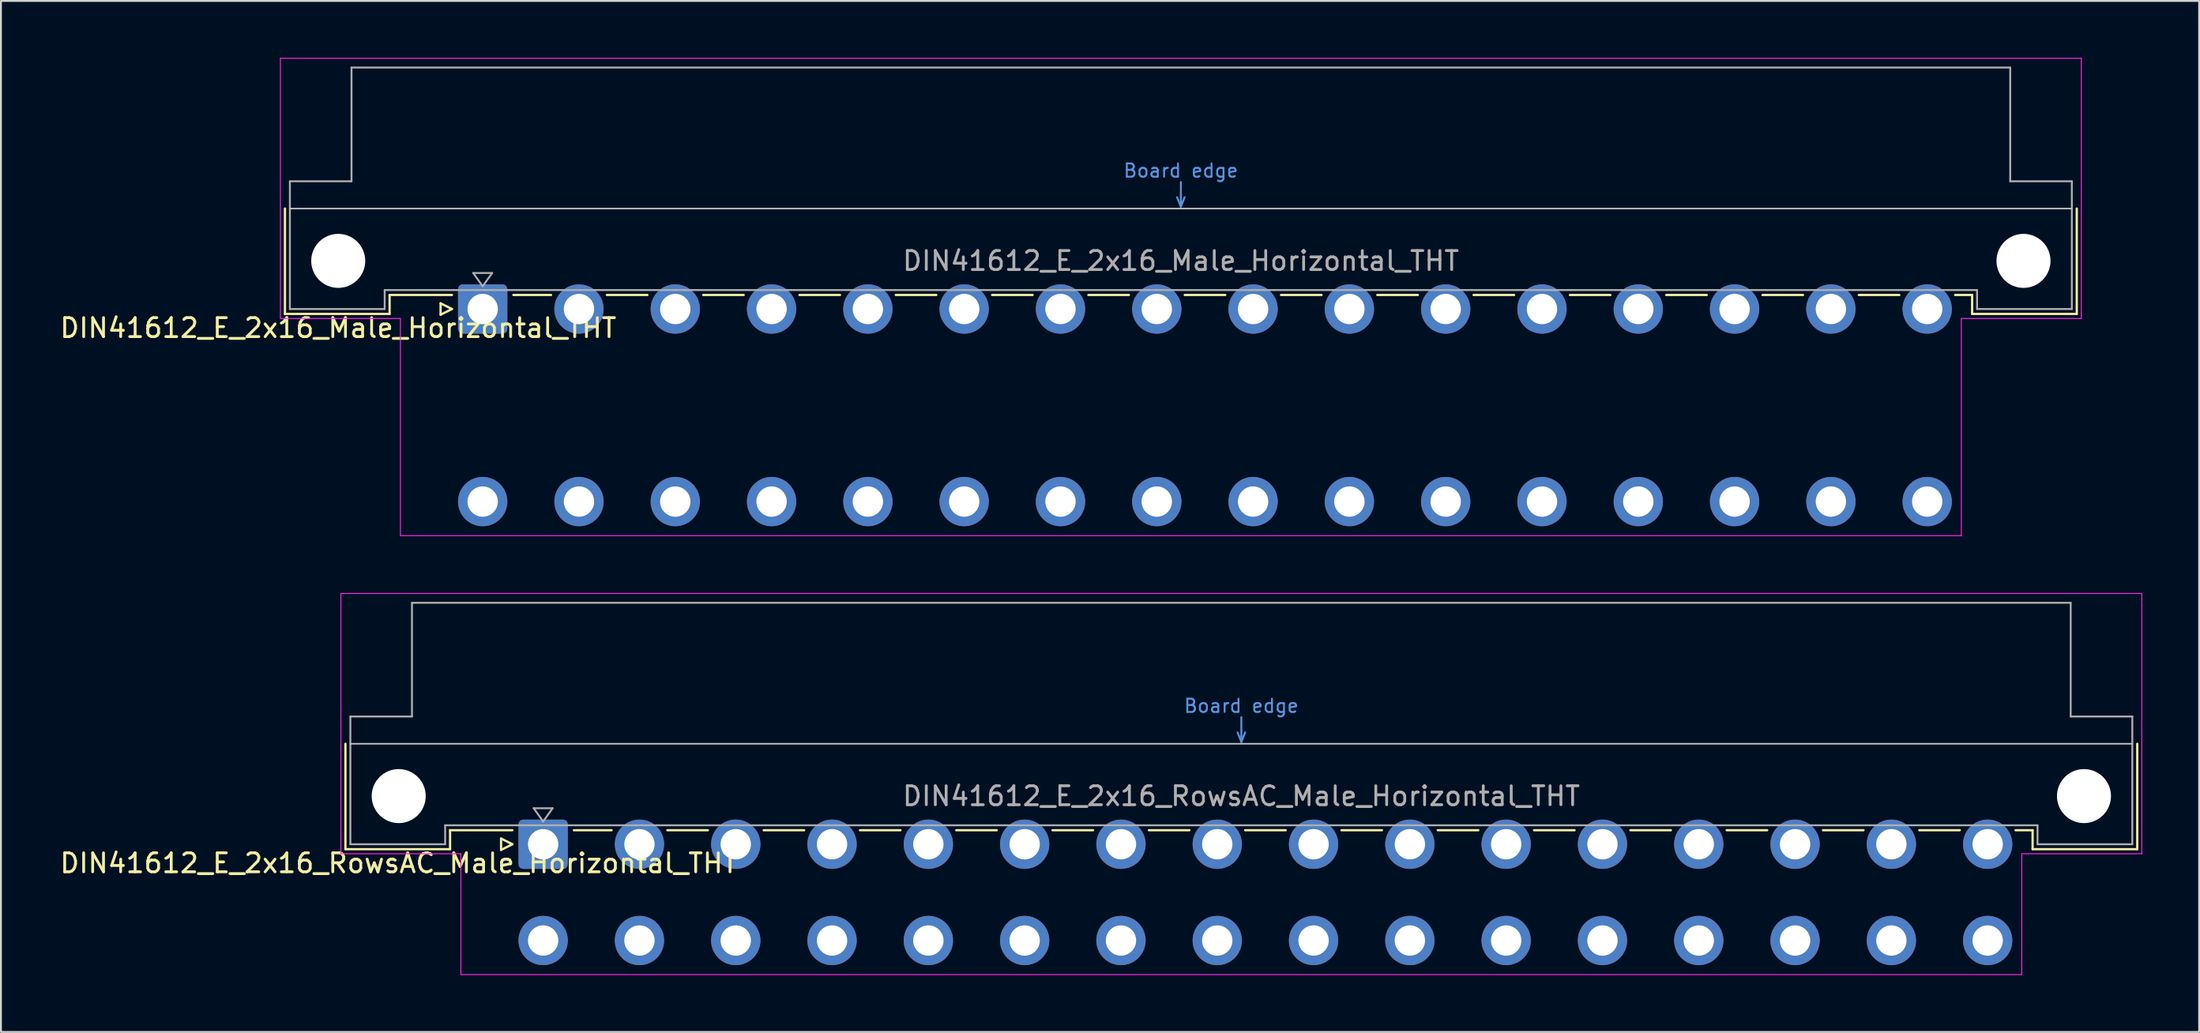
<source format=kicad_pcb>
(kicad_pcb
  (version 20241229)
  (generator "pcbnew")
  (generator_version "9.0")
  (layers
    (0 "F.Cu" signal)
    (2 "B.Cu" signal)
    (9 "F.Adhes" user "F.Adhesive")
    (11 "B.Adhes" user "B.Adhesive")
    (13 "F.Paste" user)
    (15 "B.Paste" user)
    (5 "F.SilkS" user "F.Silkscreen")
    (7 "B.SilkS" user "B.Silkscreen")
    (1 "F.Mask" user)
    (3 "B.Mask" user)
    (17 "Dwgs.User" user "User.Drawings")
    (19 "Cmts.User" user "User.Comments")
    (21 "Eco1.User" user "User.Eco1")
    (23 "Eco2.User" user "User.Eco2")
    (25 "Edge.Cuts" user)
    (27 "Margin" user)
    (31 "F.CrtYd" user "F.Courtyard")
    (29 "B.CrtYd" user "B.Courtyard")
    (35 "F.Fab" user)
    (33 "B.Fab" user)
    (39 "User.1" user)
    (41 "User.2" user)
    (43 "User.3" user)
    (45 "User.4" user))
  (footprint "DIN41612_E_2x16_RowsAC_Male_Horizontal_THT"
    (layer "F.Cu")
    (at 23.062 41.495)
    (property "Reference" "DIN41612_E_2x16_RowsAC_Male_Horizontal_THT" (at -5.08 1 0) (layer "F.SilkS") (effects (font (size 1 1) (thickness 0.15))))
    (attr through_hole)
    (fp_line (start -7.89 -5.3) (end -7.89 0.26) (stroke (width 0.12) (type solid)) (layer "F.SilkS"))
    (fp_line (start -7.89 0.26) (end -2.37 0.26) (stroke (width 0.12) (type solid)) (layer "F.SilkS"))
    (fp_line (start -2.371 -0.74) (end 0.92 -0.74) (stroke (width 0.12) (type solid)) (layer "F.SilkS"))
    (fp_line (start -2.37 0.26) (end -2.37 -0.74) (stroke (width 0.12) (type solid)) (layer "F.SilkS"))
    (fp_line (start 0.32 -0.3) (end 0.32 0.3) (stroke (width 0.12) (type solid)) (layer "F.SilkS"))
    (fp_line (start 0.32 0.3) (end 0.92 0) (stroke (width 0.12) (type solid)) (layer "F.SilkS"))
    (fp_line (start 0.92 0) (end 0.32 -0.3) (stroke (width 0.12) (type solid)) (layer "F.SilkS"))
    (fp_line (start 4.16 -0.74) (end 6.149 -0.74) (stroke (width 0.12) (type solid)) (layer "F.SilkS"))
    (fp_line (start 9.092 -0.74) (end 11.229 -0.74) (stroke (width 0.12) (type solid)) (layer "F.SilkS"))
    (fp_line (start 14.172 -0.74) (end 16.309 -0.74) (stroke (width 0.12) (type solid)) (layer "F.SilkS"))
    (fp_line (start 19.252 -0.74) (end 21.389 -0.74) (stroke (width 0.12) (type solid)) (layer "F.SilkS"))
    (fp_line (start 24.332 -0.74) (end 26.469 -0.74) (stroke (width 0.12) (type solid)) (layer "F.SilkS"))
    (fp_line (start 29.412 -0.74) (end 31.549 -0.74) (stroke (width 0.12) (type solid)) (layer "F.SilkS"))
    (fp_line (start 34.492 -0.74) (end 36.629 -0.74) (stroke (width 0.12) (type solid)) (layer "F.SilkS"))
    (fp_line (start 39.572 -0.74) (end 41.709 -0.74) (stroke (width 0.12) (type solid)) (layer "F.SilkS"))
    (fp_line (start 44.652 -0.74) (end 46.789 -0.74) (stroke (width 0.12) (type solid)) (layer "F.SilkS"))
    (fp_line (start 49.732 -0.74) (end 51.869 -0.74) (stroke (width 0.12) (type solid)) (layer "F.SilkS"))
    (fp_line (start 54.812 -0.74) (end 56.949 -0.74) (stroke (width 0.12) (type solid)) (layer "F.SilkS"))
    (fp_line (start 59.892 -0.74) (end 62.029 -0.74) (stroke (width 0.12) (type solid)) (layer "F.SilkS"))
    (fp_line (start 64.972 -0.74) (end 67.109 -0.74) (stroke (width 0.12) (type solid)) (layer "F.SilkS"))
    (fp_line (start 70.052 -0.74) (end 72.189 -0.74) (stroke (width 0.12) (type solid)) (layer "F.SilkS"))
    (fp_line (start 75.132 -0.74) (end 77.269 -0.74) (stroke (width 0.12) (type solid)) (layer "F.SilkS"))
    (fp_line (start 80.212 -0.74) (end 81.11 -0.74) (stroke (width 0.12) (type solid)) (layer "F.SilkS"))
    (fp_line (start 81.11 0.26) (end 81.11 -0.74) (stroke (width 0.12) (type solid)) (layer "F.SilkS"))
    (fp_line (start 86.63 -5.3) (end 86.63 0.26) (stroke (width 0.12) (type solid)) (layer "F.SilkS"))
    (fp_line (start 86.63 0.26) (end 81.11 0.26) (stroke (width 0.12) (type solid)) (layer "F.SilkS"))
    (fp_line (start -7.63 -5.3) (end 86.37 -5.3) (stroke (width 0.08) (type solid)) (layer "Dwgs.User"))
    (fp_line (start 39.17 -5.9) (end 39.37 -5.4) (stroke (width 0.1) (type solid)) (layer "Cmts.User"))
    (fp_line (start 39.37 -5.4) (end 39.37 -6.7) (stroke (width 0.1) (type solid)) (layer "Cmts.User"))
    (fp_line (start 39.37 -5.4) (end 39.57 -5.9) (stroke (width 0.1) (type solid)) (layer "Cmts.User"))
    (fp_line (start -8.13 -13.23) (end -8.13 0.5) (stroke (width 0.05) (type solid)) (layer "F.CrtYd"))
    (fp_line (start -8.13 0.5) (end -1.8 0.5) (stroke (width 0.05) (type solid)) (layer "F.CrtYd"))
    (fp_line (start -1.8 0.5) (end -1.8 6.88) (stroke (width 0.05) (type solid)) (layer "F.CrtYd"))
    (fp_line (start -1.8 6.88) (end 80.54 6.88) (stroke (width 0.05) (type solid)) (layer "F.CrtYd"))
    (fp_line (start 80.54 0.5) (end 86.87 0.5) (stroke (width 0.05) (type solid)) (layer "F.CrtYd"))
    (fp_line (start 80.54 6.88) (end 80.54 0.5) (stroke (width 0.05) (type solid)) (layer "F.CrtYd"))
    (fp_line (start 86.87 -13.23) (end -8.13 -13.23) (stroke (width 0.05) (type solid)) (layer "F.CrtYd"))
    (fp_line (start 86.87 0.5) (end 86.87 -13.23) (stroke (width 0.05) (type solid)) (layer "F.CrtYd"))
    (fp_line (start -7.63 -6.74) (end -7.63 0) (stroke (width 0.1) (type solid)) (layer "F.Fab"))
    (fp_line (start -7.63 0) (end -2.63 0) (stroke (width 0.1) (type solid)) (layer "F.Fab"))
    (fp_line (start -4.38 -12.74) (end -4.38 -6.74) (stroke (width 0.1) (type solid)) (layer "F.Fab"))
    (fp_line (start -4.38 -6.74) (end -7.63 -6.74) (stroke (width 0.1) (type solid)) (layer "F.Fab"))
    (fp_line (start -2.63 -1) (end 81.37 -1) (stroke (width 0.1) (type solid)) (layer "F.Fab"))
    (fp_line (start -2.63 0) (end -2.63 -1) (stroke (width 0.1) (type solid)) (layer "F.Fab"))
    (fp_line (start 2.04 -1.9) (end 3.04 -1.9) (stroke (width 0.1) (type solid)) (layer "F.Fab"))
    (fp_line (start 2.54 -1.2) (end 2.04 -1.9) (stroke (width 0.1) (type solid)) (layer "F.Fab"))
    (fp_line (start 3.04 -1.9) (end 2.54 -1.2) (stroke (width 0.1) (type solid)) (layer "F.Fab"))
    (fp_line (start 81.37 -1) (end 81.37 0) (stroke (width 0.1) (type solid)) (layer "F.Fab"))
    (fp_line (start 81.37 0) (end 86.37 0) (stroke (width 0.1) (type solid)) (layer "F.Fab"))
    (fp_line (start 83.12 -12.74) (end -4.38 -12.74) (stroke (width 0.1) (type solid)) (layer "F.Fab"))
    (fp_line (start 83.12 -6.74) (end 83.12 -12.74) (stroke (width 0.1) (type solid)) (layer "F.Fab"))
    (fp_line (start 86.37 -6.74) (end 83.12 -6.74) (stroke (width 0.1) (type solid)) (layer "F.Fab"))
    (fp_line (start 86.37 0) (end 86.37 -6.74) (stroke (width 0.1) (type solid)) (layer "F.Fab"))
    (fp_text user "Board edge" (at 39.37 -7.3 0) (layer "Cmts.User") (effects (font (size 0.7 0.7) (thickness 0.1))))
    (fp_text user "${REFERENCE}" (at 39.37 -2.54 0) (layer "F.Fab") (effects (font (size 1 1) (thickness 0.15))))
    (pad "" np_thru_hole circle (at -5.08 -2.54) (size 2.85 2.85) (drill 2.85) (layers "*.Cu" "*.Mask"))
    (pad "" np_thru_hole circle (at 83.82 -2.54) (size 2.85 2.85) (drill 2.85) (layers "*.Cu" "*.Mask"))
    (pad "a2" thru_hole roundrect (at 2.54 0) (size 2.6 2.6) (drill 1.6) (layers "*.Cu" "*.Mask") (roundrect_rratio 0.096))
    (pad "a4" thru_hole circle (at 7.62 0) (size 2.6 2.6) (drill 1.6) (layers "*.Cu" "*.Mask"))
    (pad "a6" thru_hole circle (at 12.7 0) (size 2.6 2.6) (drill 1.6) (layers "*.Cu" "*.Mask"))
    (pad "a8" thru_hole circle (at 17.78 0) (size 2.6 2.6) (drill 1.6) (layers "*.Cu" "*.Mask"))
    (pad "a10" thru_hole circle (at 22.86 0) (size 2.6 2.6) (drill 1.6) (layers "*.Cu" "*.Mask"))
    (pad "a12" thru_hole circle (at 27.94 0) (size 2.6 2.6) (drill 1.6) (layers "*.Cu" "*.Mask"))
    (pad "a14" thru_hole circle (at 33.02 0) (size 2.6 2.6) (drill 1.6) (layers "*.Cu" "*.Mask"))
    (pad "a16" thru_hole circle (at 38.1 0) (size 2.6 2.6) (drill 1.6) (layers "*.Cu" "*.Mask"))
    (pad "a18" thru_hole circle (at 43.18 0) (size 2.6 2.6) (drill 1.6) (layers "*.Cu" "*.Mask"))
    (pad "a20" thru_hole circle (at 48.26 0) (size 2.6 2.6) (drill 1.6) (layers "*.Cu" "*.Mask"))
    (pad "a22" thru_hole circle (at 53.34 0) (size 2.6 2.6) (drill 1.6) (layers "*.Cu" "*.Mask"))
    (pad "a24" thru_hole circle (at 58.42 0) (size 2.6 2.6) (drill 1.6) (layers "*.Cu" "*.Mask"))
    (pad "a26" thru_hole circle (at 63.5 0) (size 2.6 2.6) (drill 1.6) (layers "*.Cu" "*.Mask"))
    (pad "a28" thru_hole circle (at 68.58 0) (size 2.6 2.6) (drill 1.6) (layers "*.Cu" "*.Mask"))
    (pad "a30" thru_hole circle (at 73.66 0) (size 2.6 2.6) (drill 1.6) (layers "*.Cu" "*.Mask"))
    (pad "a32" thru_hole circle (at 78.74 0) (size 2.6 2.6) (drill 1.6) (layers "*.Cu" "*.Mask"))
    (pad "c2" thru_hole circle (at 2.54 5.08) (size 2.6 2.6) (drill 1.6) (layers "*.Cu" "*.Mask"))
    (pad "c4" thru_hole circle (at 7.62 5.08) (size 2.6 2.6) (drill 1.6) (layers "*.Cu" "*.Mask"))
    (pad "c6" thru_hole circle (at 12.7 5.08) (size 2.6 2.6) (drill 1.6) (layers "*.Cu" "*.Mask"))
    (pad "c8" thru_hole circle (at 17.78 5.08) (size 2.6 2.6) (drill 1.6) (layers "*.Cu" "*.Mask"))
    (pad "c10" thru_hole circle (at 22.86 5.08) (size 2.6 2.6) (drill 1.6) (layers "*.Cu" "*.Mask"))
    (pad "c12" thru_hole circle (at 27.94 5.08) (size 2.6 2.6) (drill 1.6) (layers "*.Cu" "*.Mask"))
    (pad "c14" thru_hole circle (at 33.02 5.08) (size 2.6 2.6) (drill 1.6) (layers "*.Cu" "*.Mask"))
    (pad "c16" thru_hole circle (at 38.1 5.08) (size 2.6 2.6) (drill 1.6) (layers "*.Cu" "*.Mask"))
    (pad "c18" thru_hole circle (at 43.18 5.08) (size 2.6 2.6) (drill 1.6) (layers "*.Cu" "*.Mask"))
    (pad "c20" thru_hole circle (at 48.26 5.08) (size 2.6 2.6) (drill 1.6) (layers "*.Cu" "*.Mask"))
    (pad "c22" thru_hole circle (at 53.34 5.08) (size 2.6 2.6) (drill 1.6) (layers "*.Cu" "*.Mask"))
    (pad "c24" thru_hole circle (at 58.42 5.08) (size 2.6 2.6) (drill 1.6) (layers "*.Cu" "*.Mask"))
    (pad "c26" thru_hole circle (at 63.5 5.08) (size 2.6 2.6) (drill 1.6) (layers "*.Cu" "*.Mask"))
    (pad "c28" thru_hole circle (at 68.58 5.08) (size 2.6 2.6) (drill 1.6) (layers "*.Cu" "*.Mask"))
    (pad "c30" thru_hole circle (at 73.66 5.08) (size 2.6 2.6) (drill 1.6) (layers "*.Cu" "*.Mask"))
    (pad "c32" thru_hole circle (at 78.74 5.08) (size 2.6 2.6) (drill 1.6) (layers "*.Cu" "*.Mask")))
  (footprint "DIN41612_E_2x16_Male_Horizontal_THT"
    (layer "F.Cu")
    (at 19.872 13.255)
    (property "Reference" "DIN41612_E_2x16_Male_Horizontal_THT" (at -5.08 1 0) (layer "F.SilkS") (effects (font (size 1 1) (thickness 0.15))))
    (attr through_hole)
    (fp_line (start -7.89 -5.3) (end -7.89 0.26) (stroke (width 0.12) (type solid)) (layer "F.SilkS"))
    (fp_line (start -7.89 0.26) (end -2.37 0.26) (stroke (width 0.12) (type solid)) (layer "F.SilkS"))
    (fp_line (start -2.371 -0.74) (end 0.92 -0.74) (stroke (width 0.12) (type solid)) (layer "F.SilkS"))
    (fp_line (start -2.37 0.26) (end -2.37 -0.74) (stroke (width 0.12) (type solid)) (layer "F.SilkS"))
    (fp_line (start 0.32 -0.3) (end 0.32 0.3) (stroke (width 0.12) (type solid)) (layer "F.SilkS"))
    (fp_line (start 0.32 0.3) (end 0.92 0) (stroke (width 0.12) (type solid)) (layer "F.SilkS"))
    (fp_line (start 0.92 0) (end 0.32 -0.3) (stroke (width 0.12) (type solid)) (layer "F.SilkS"))
    (fp_line (start 4.16 -0.74) (end 6.149 -0.74) (stroke (width 0.12) (type solid)) (layer "F.SilkS"))
    (fp_line (start 9.092 -0.74) (end 11.229 -0.74) (stroke (width 0.12) (type solid)) (layer "F.SilkS"))
    (fp_line (start 14.172 -0.74) (end 16.309 -0.74) (stroke (width 0.12) (type solid)) (layer "F.SilkS"))
    (fp_line (start 19.252 -0.74) (end 21.389 -0.74) (stroke (width 0.12) (type solid)) (layer "F.SilkS"))
    (fp_line (start 24.332 -0.74) (end 26.469 -0.74) (stroke (width 0.12) (type solid)) (layer "F.SilkS"))
    (fp_line (start 29.412 -0.74) (end 31.549 -0.74) (stroke (width 0.12) (type solid)) (layer "F.SilkS"))
    (fp_line (start 34.492 -0.74) (end 36.629 -0.74) (stroke (width 0.12) (type solid)) (layer "F.SilkS"))
    (fp_line (start 39.572 -0.74) (end 41.709 -0.74) (stroke (width 0.12) (type solid)) (layer "F.SilkS"))
    (fp_line (start 44.652 -0.74) (end 46.789 -0.74) (stroke (width 0.12) (type solid)) (layer "F.SilkS"))
    (fp_line (start 49.732 -0.74) (end 51.869 -0.74) (stroke (width 0.12) (type solid)) (layer "F.SilkS"))
    (fp_line (start 54.812 -0.74) (end 56.949 -0.74) (stroke (width 0.12) (type solid)) (layer "F.SilkS"))
    (fp_line (start 59.892 -0.74) (end 62.029 -0.74) (stroke (width 0.12) (type solid)) (layer "F.SilkS"))
    (fp_line (start 64.972 -0.74) (end 67.109 -0.74) (stroke (width 0.12) (type solid)) (layer "F.SilkS"))
    (fp_line (start 70.052 -0.74) (end 72.189 -0.74) (stroke (width 0.12) (type solid)) (layer "F.SilkS"))
    (fp_line (start 75.132 -0.74) (end 77.269 -0.74) (stroke (width 0.12) (type solid)) (layer "F.SilkS"))
    (fp_line (start 80.212 -0.74) (end 81.11 -0.74) (stroke (width 0.12) (type solid)) (layer "F.SilkS"))
    (fp_line (start 81.11 0.26) (end 81.11 -0.74) (stroke (width 0.12) (type solid)) (layer "F.SilkS"))
    (fp_line (start 86.63 -5.3) (end 86.63 0.26) (stroke (width 0.12) (type solid)) (layer "F.SilkS"))
    (fp_line (start 86.63 0.26) (end 81.11 0.26) (stroke (width 0.12) (type solid)) (layer "F.SilkS"))
    (fp_line (start -7.63 -5.3) (end 86.37 -5.3) (stroke (width 0.08) (type solid)) (layer "Dwgs.User"))
    (fp_line (start 39.17 -5.9) (end 39.37 -5.4) (stroke (width 0.1) (type solid)) (layer "Cmts.User"))
    (fp_line (start 39.37 -5.4) (end 39.37 -6.7) (stroke (width 0.1) (type solid)) (layer "Cmts.User"))
    (fp_line (start 39.37 -5.4) (end 39.57 -5.9) (stroke (width 0.1) (type solid)) (layer "Cmts.User"))
    (fp_line (start -8.13 -13.23) (end -8.13 0.5) (stroke (width 0.05) (type solid)) (layer "F.CrtYd"))
    (fp_line (start -8.13 0.5) (end -1.8 0.5) (stroke (width 0.05) (type solid)) (layer "F.CrtYd"))
    (fp_line (start -1.8 0.5) (end -1.8 11.96) (stroke (width 0.05) (type solid)) (layer "F.CrtYd"))
    (fp_line (start -1.8 11.96) (end 80.54 11.96) (stroke (width 0.05) (type solid)) (layer "F.CrtYd"))
    (fp_line (start 80.54 0.5) (end 86.87 0.5) (stroke (width 0.05) (type solid)) (layer "F.CrtYd"))
    (fp_line (start 80.54 11.96) (end 80.54 0.5) (stroke (width 0.05) (type solid)) (layer "F.CrtYd"))
    (fp_line (start 86.87 -13.23) (end -8.13 -13.23) (stroke (width 0.05) (type solid)) (layer "F.CrtYd"))
    (fp_line (start 86.87 0.5) (end 86.87 -13.23) (stroke (width 0.05) (type solid)) (layer "F.CrtYd"))
    (fp_line (start -7.63 -6.74) (end -7.63 0) (stroke (width 0.1) (type solid)) (layer "F.Fab"))
    (fp_line (start -7.63 0) (end -2.63 0) (stroke (width 0.1) (type solid)) (layer "F.Fab"))
    (fp_line (start -4.38 -12.74) (end -4.38 -6.74) (stroke (width 0.1) (type solid)) (layer "F.Fab"))
    (fp_line (start -4.38 -6.74) (end -7.63 -6.74) (stroke (width 0.1) (type solid)) (layer "F.Fab"))
    (fp_line (start -2.63 -1) (end 81.37 -1) (stroke (width 0.1) (type solid)) (layer "F.Fab"))
    (fp_line (start -2.63 0) (end -2.63 -1) (stroke (width 0.1) (type solid)) (layer "F.Fab"))
    (fp_line (start 2.04 -1.9) (end 3.04 -1.9) (stroke (width 0.1) (type solid)) (layer "F.Fab"))
    (fp_line (start 2.54 -1.2) (end 2.04 -1.9) (stroke (width 0.1) (type solid)) (layer "F.Fab"))
    (fp_line (start 3.04 -1.9) (end 2.54 -1.2) (stroke (width 0.1) (type solid)) (layer "F.Fab"))
    (fp_line (start 81.37 -1) (end 81.37 0) (stroke (width 0.1) (type solid)) (layer "F.Fab"))
    (fp_line (start 81.37 0) (end 86.37 0) (stroke (width 0.1) (type solid)) (layer "F.Fab"))
    (fp_line (start 83.12 -12.74) (end -4.38 -12.74) (stroke (width 0.1) (type solid)) (layer "F.Fab"))
    (fp_line (start 83.12 -6.74) (end 83.12 -12.74) (stroke (width 0.1) (type solid)) (layer "F.Fab"))
    (fp_line (start 86.37 -6.74) (end 83.12 -6.74) (stroke (width 0.1) (type solid)) (layer "F.Fab"))
    (fp_line (start 86.37 0) (end 86.37 -6.74) (stroke (width 0.1) (type solid)) (layer "F.Fab"))
    (fp_text user "Board edge" (at 39.37 -7.3 0) (layer "Cmts.User") (effects (font (size 0.7 0.7) (thickness 0.1))))
    (fp_text user "${REFERENCE}" (at 39.37 -2.54 0) (layer "F.Fab") (effects (font (size 1 1) (thickness 0.15))))
    (pad "" np_thru_hole circle (at -5.08 -2.54) (size 2.85 2.85) (drill 2.85) (layers "*.Cu" "*.Mask"))
    (pad "" np_thru_hole circle (at 83.82 -2.54) (size 2.85 2.85) (drill 2.85) (layers "*.Cu" "*.Mask"))
    (pad "a2" thru_hole roundrect (at 2.54 0) (size 2.6 2.6) (drill 1.6) (layers "*.Cu" "*.Mask") (roundrect_rratio 0.096))
    (pad "a4" thru_hole circle (at 7.62 0) (size 2.6 2.6) (drill 1.6) (layers "*.Cu" "*.Mask"))
    (pad "a6" thru_hole circle (at 12.7 0) (size 2.6 2.6) (drill 1.6) (layers "*.Cu" "*.Mask"))
    (pad "a8" thru_hole circle (at 17.78 0) (size 2.6 2.6) (drill 1.6) (layers "*.Cu" "*.Mask"))
    (pad "a10" thru_hole circle (at 22.86 0) (size 2.6 2.6) (drill 1.6) (layers "*.Cu" "*.Mask"))
    (pad "a12" thru_hole circle (at 27.94 0) (size 2.6 2.6) (drill 1.6) (layers "*.Cu" "*.Mask"))
    (pad "a14" thru_hole circle (at 33.02 0) (size 2.6 2.6) (drill 1.6) (layers "*.Cu" "*.Mask"))
    (pad "a16" thru_hole circle (at 38.1 0) (size 2.6 2.6) (drill 1.6) (layers "*.Cu" "*.Mask"))
    (pad "a18" thru_hole circle (at 43.18 0) (size 2.6 2.6) (drill 1.6) (layers "*.Cu" "*.Mask"))
    (pad "a20" thru_hole circle (at 48.26 0) (size 2.6 2.6) (drill 1.6) (layers "*.Cu" "*.Mask"))
    (pad "a22" thru_hole circle (at 53.34 0) (size 2.6 2.6) (drill 1.6) (layers "*.Cu" "*.Mask"))
    (pad "a24" thru_hole circle (at 58.42 0) (size 2.6 2.6) (drill 1.6) (layers "*.Cu" "*.Mask"))
    (pad "a26" thru_hole circle (at 63.5 0) (size 2.6 2.6) (drill 1.6) (layers "*.Cu" "*.Mask"))
    (pad "a28" thru_hole circle (at 68.58 0) (size 2.6 2.6) (drill 1.6) (layers "*.Cu" "*.Mask"))
    (pad "a30" thru_hole circle (at 73.66 0) (size 2.6 2.6) (drill 1.6) (layers "*.Cu" "*.Mask"))
    (pad "a32" thru_hole circle (at 78.74 0) (size 2.6 2.6) (drill 1.6) (layers "*.Cu" "*.Mask"))
    (pad "e2" thru_hole circle (at 2.54 10.16) (size 2.6 2.6) (drill 1.6) (layers "*.Cu" "*.Mask"))
    (pad "e4" thru_hole circle (at 7.62 10.16) (size 2.6 2.6) (drill 1.6) (layers "*.Cu" "*.Mask"))
    (pad "e6" thru_hole circle (at 12.7 10.16) (size 2.6 2.6) (drill 1.6) (layers "*.Cu" "*.Mask"))
    (pad "e8" thru_hole circle (at 17.78 10.16) (size 2.6 2.6) (drill 1.6) (layers "*.Cu" "*.Mask"))
    (pad "e10" thru_hole circle (at 22.86 10.16) (size 2.6 2.6) (drill 1.6) (layers "*.Cu" "*.Mask"))
    (pad "e12" thru_hole circle (at 27.94 10.16) (size 2.6 2.6) (drill 1.6) (layers "*.Cu" "*.Mask"))
    (pad "e14" thru_hole circle (at 33.02 10.16) (size 2.6 2.6) (drill 1.6) (layers "*.Cu" "*.Mask"))
    (pad "e16" thru_hole circle (at 38.1 10.16) (size 2.6 2.6) (drill 1.6) (layers "*.Cu" "*.Mask"))
    (pad "e18" thru_hole circle (at 43.18 10.16) (size 2.6 2.6) (drill 1.6) (layers "*.Cu" "*.Mask"))
    (pad "e20" thru_hole circle (at 48.26 10.16) (size 2.6 2.6) (drill 1.6) (layers "*.Cu" "*.Mask"))
    (pad "e22" thru_hole circle (at 53.34 10.16) (size 2.6 2.6) (drill 1.6) (layers "*.Cu" "*.Mask"))
    (pad "e24" thru_hole circle (at 58.42 10.16) (size 2.6 2.6) (drill 1.6) (layers "*.Cu" "*.Mask"))
    (pad "e26" thru_hole circle (at 63.5 10.16) (size 2.6 2.6) (drill 1.6) (layers "*.Cu" "*.Mask"))
    (pad "e28" thru_hole circle (at 68.58 10.16) (size 2.6 2.6) (drill 1.6) (layers "*.Cu" "*.Mask"))
    (pad "e30" thru_hole circle (at 73.66 10.16) (size 2.6 2.6) (drill 1.6) (layers "*.Cu" "*.Mask"))
    (pad "e32" thru_hole circle (at 78.74 10.16) (size 2.6 2.6) (drill 1.6) (layers "*.Cu" "*.Mask")))
  (gr_rect
    (start -3 -3)
    (end 112.957 51.4)
    (stroke (width 0.1) (type default))
    (fill no)
    (layer "Edge.Cuts")))
</source>
